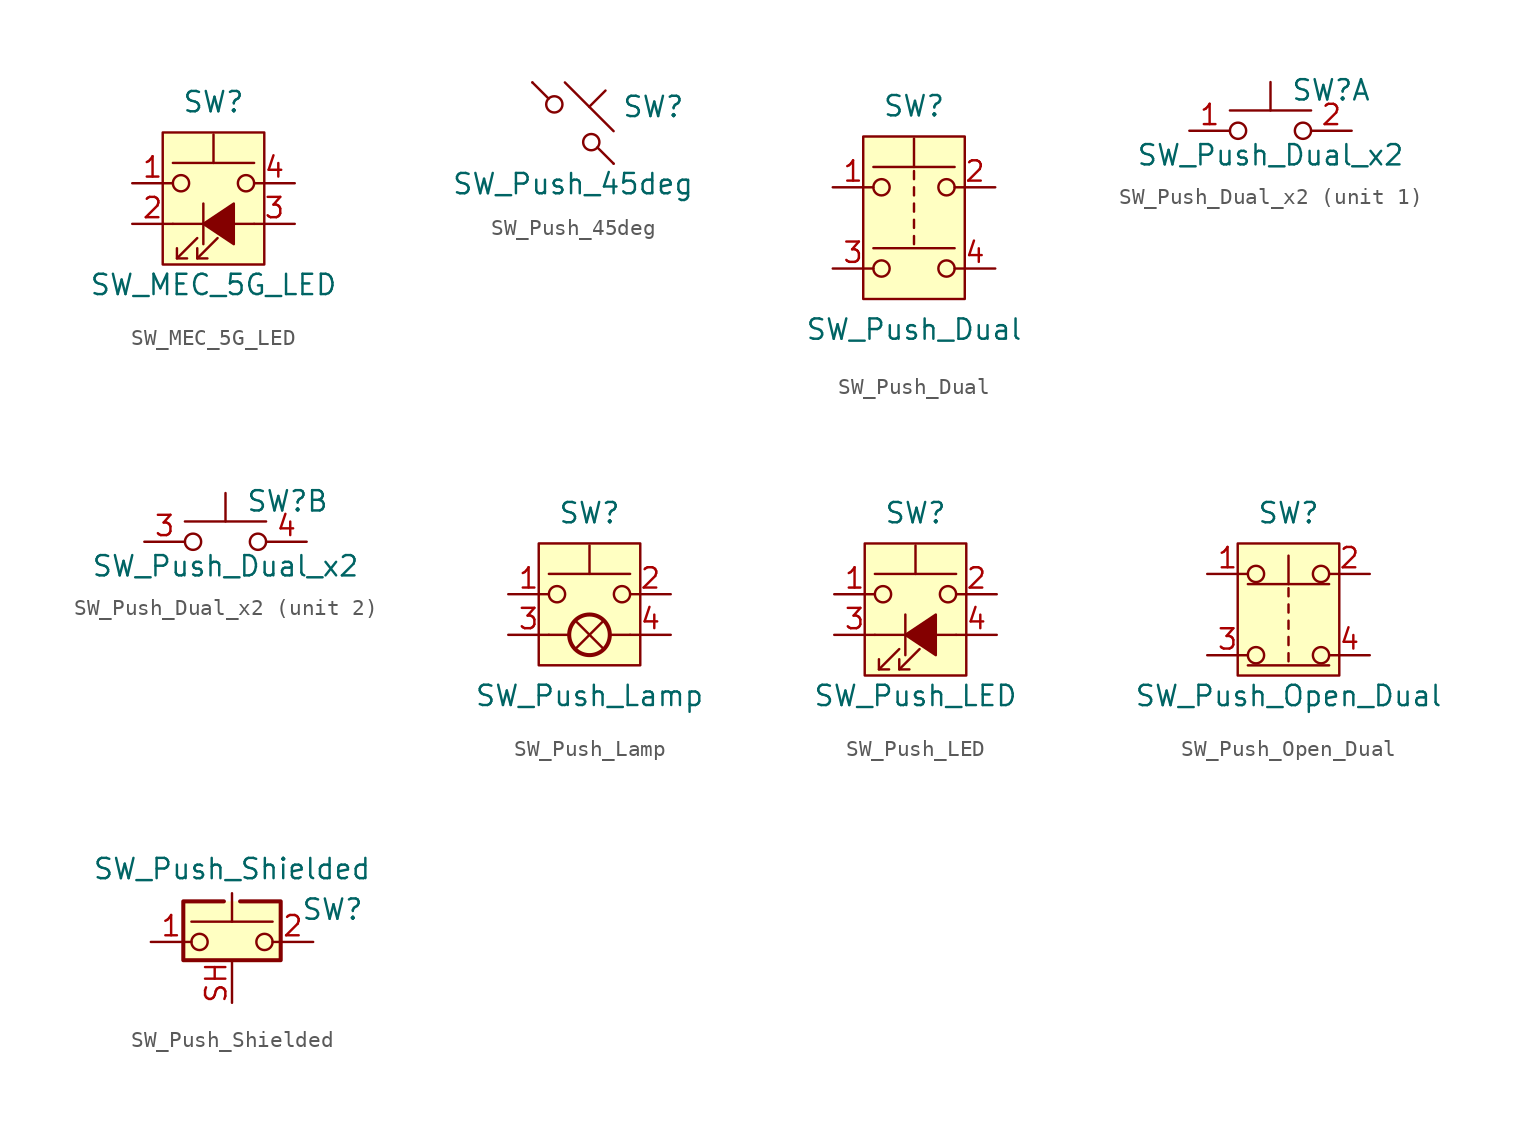
<source format=kicad_sym>
(kicad_symbol_lib
  (version 20241209)
  (generator "kicad_symbol_editor")
  (generator_version "9.0")
  (symbol "SW_MEC_5G_LED"
    (pin_names
      (offset 1.016)
      (hide yes))
    (property "Reference" "SW"
      (at 0 7.62 0)
      (effects (font (size 1.27 1.27))))
    (property "Value" "SW_MEC_5G_LED"
      (at 0 -3.81 0)
      (effects (font (size 1.27 1.27))))
    (symbol "SW_MEC_5G_LED_0_0"
      (polyline (pts (xy -2.54 0) (xy 2.54 0)) (stroke (width 0) (type default)) (fill (type none)))
      (polyline (pts (xy -2.286 -1.524) (xy -2.286 -2.159) (xy -1.651 -2.159)) (stroke (width 0) (type default)) (fill (type none)))
      (polyline (pts (xy -2.286 -2.159) (xy -1.016 -0.889)) (stroke (width 0) (type default)) (fill (type none)))
      (polyline (pts (xy -1.016 -1.524) (xy -1.016 -2.159) (xy -0.381 -2.159)) (stroke (width 0) (type default)) (fill (type none)))
      (polyline (pts (xy -1.016 -2.159) (xy 0.254 -0.889)) (stroke (width 0) (type default)) (fill (type none)))
      (polyline (pts (xy -0.635 1.27) (xy -0.635 -1.27)) (stroke (width 0) (type default)) (fill (type none)))
      (polyline (pts (xy -0.635 0) (xy 1.27 1.27) (xy 1.27 -1.27) (xy -0.635 0)) (stroke (width 0) (type default)) (fill (type outline))))
    (symbol "SW_MEC_5G_LED_0_1"
      (circle (center -2.032 2.54) (radius 0.508) (stroke (width 0) (type default)) (fill (type none)))
      (polyline (pts (xy 0 3.81) (xy 0 5.588)) (stroke (width 0) (type default)) (fill (type none)))
      (circle (center 2.032 2.54) (radius 0.508) (stroke (width 0) (type default)) (fill (type none)))
      (polyline (pts (xy 2.54 3.81) (xy -2.54 3.81)) (stroke (width 0) (type default)) (fill (type none)))
      (pin passive line (at -5.08 2.54 0) (length 2.54) (name "1" (effects (font (size 1.27 1.27)))) (number "1" (effects (font (size 1.27 1.27)))))
      (pin passive line (at -5.08 0 0) (length 2.54) (name "2" (effects (font (size 1.27 1.27)))) (number "2" (effects (font (size 1.27 1.27)))))
      (pin passive line (at 5.08 2.54 180) (length 2.54) (name "A" (effects (font (size 1.27 1.27)))) (number "4" (effects (font (size 1.27 1.27)))))
      (pin passive line (at 5.08 0 180) (length 2.54) (name "K" (effects (font (size 1.27 1.27)))) (number "3" (effects (font (size 1.27 1.27))))))
    (symbol "SW_MEC_5G_LED_1_1"
      (rectangle (start -3.175 5.715) (end 3.175 -2.54) (stroke (width 0) (type default)) (fill (type background)))))
  (symbol "SW_Push_45deg"
    (pin_numbers
      (hide yes))
    (pin_names
      (offset 1.016)
      (hide yes))
    (property "Reference" "SW"
      (at 3.048 1.016 0)
      (effects (font (size 1.27 1.27)) (justify left)))
    (property "Value" "SW_Push_45deg"
      (at 0 -3.81 0)
      (effects (font (size 1.27 1.27))))
    (symbol "SW_Push_45deg_0_1"
      (polyline (pts (xy -2.54 2.54) (xy -1.524 1.524) (xy -1.524 1.524)) (stroke (width 0) (type default)) (fill (type none)))
      (circle (center -1.168 1.168) (radius 0.508) (stroke (width 0) (type default)) (fill (type none)))
      (polyline (pts (xy -0.508 2.54) (xy 2.54 -0.508)) (stroke (width 0) (type default)) (fill (type none)))
      (polyline (pts (xy 1.016 1.016) (xy 2.032 2.032)) (stroke (width 0) (type default)) (fill (type none)))
      (circle (center 1.143 -1.194) (radius 0.508) (stroke (width 0) (type default)) (fill (type none)))
      (polyline (pts (xy 1.524 -1.524) (xy 2.54 -2.54) (xy 2.54 -2.54) (xy 2.54 -2.54)) (stroke (width 0) (type default)) (fill (type none)))
      (pin passive line (at -2.54 2.54 0) (length 0) (name "1" (effects (font (size 1.27 1.27)))) (number "1" (effects (font (size 1.27 1.27)))))
      (pin passive line (at 2.54 -2.54 180) (length 0) (name "2" (effects (font (size 1.27 1.27)))) (number "2" (effects (font (size 1.27 1.27)))))))
  (symbol "SW_Push_Dual"
    (pin_names
      (offset 1.016)
      (hide yes))
    (property "Reference" "SW"
      (at 0 7.62 0)
      (effects (font (size 1.27 1.27))))
    (property "Value" "SW_Push_Dual"
      (at 0 -6.35 0)
      (effects (font (size 1.27 1.27))))
    (symbol "SW_Push_Dual_0_1"
      (circle (center -2.032 2.54) (radius 0.508) (stroke (width 0) (type default)) (fill (type none)))
      (circle (center -2.032 -2.54) (radius 0.508) (stroke (width 0) (type default)) (fill (type none)))
      (polyline (pts (xy 0 3.81) (xy 0 5.588)) (stroke (width 0) (type default)) (fill (type none)))
      (polyline (pts (xy 0 3.048) (xy 0 3.556)) (stroke (width 0) (type default)) (fill (type none)))
      (polyline (pts (xy 0 2.032) (xy 0 2.54)) (stroke (width 0) (type default)) (fill (type none)))
      (polyline (pts (xy 0 1.016) (xy 0 1.524)) (stroke (width 0) (type default)) (fill (type none)))
      (polyline (pts (xy 0 0.508) (xy 0 0)) (stroke (width 0) (type default)) (fill (type none)))
      (polyline (pts (xy 0 -0.508) (xy 0 -1.016)) (stroke (width 0) (type default)) (fill (type none)))
      (circle (center 2.032 2.54) (radius 0.508) (stroke (width 0) (type default)) (fill (type none)))
      (circle (center 2.032 -2.54) (radius 0.508) (stroke (width 0) (type default)) (fill (type none)))
      (polyline (pts (xy 2.54 3.81) (xy -2.54 3.81)) (stroke (width 0) (type default)) (fill (type none)))
      (polyline (pts (xy 2.54 -1.27) (xy -2.54 -1.27)) (stroke (width 0) (type default)) (fill (type none)))
      (pin passive line (at -5.08 2.54 0) (length 2.54) (name "1" (effects (font (size 1.27 1.27)))) (number "1" (effects (font (size 1.27 1.27)))))
      (pin passive line (at -5.08 -2.54 0) (length 2.54) (name "3" (effects (font (size 1.27 1.27)))) (number "3" (effects (font (size 1.27 1.27)))))
      (pin passive line (at 5.08 2.54 180) (length 2.54) (name "2" (effects (font (size 1.27 1.27)))) (number "2" (effects (font (size 1.27 1.27)))))
      (pin passive line (at 5.08 -2.54 180) (length 2.54) (name "4" (effects (font (size 1.27 1.27)))) (number "4" (effects (font (size 1.27 1.27))))))
    (symbol "SW_Push_Dual_1_1"
      (rectangle (start -3.175 5.715) (end 3.175 -4.445) (stroke (width 0) (type default)) (fill (type background)))))
  (symbol "SW_Push_Dual_x2"
    (pin_names
      (offset 1.016)
      (hide yes))
    (property "Reference" "SW"
      (at 1.27 2.54 0)
      (effects (font (size 1.27 1.27)) (justify left)))
    (property "Value" "SW_Push_Dual_x2"
      (at 0 -1.524 0)
      (effects (font (size 1.27 1.27))))
    (symbol "SW_Push_Dual_x2_0_1"
      (circle (center -2.032 0) (radius 0.508) (stroke (width 0) (type default)) (fill (type none)))
      (polyline (pts (xy 0 1.27) (xy 0 3.048)) (stroke (width 0) (type default)) (fill (type none)))
      (circle (center 2.032 0) (radius 0.508) (stroke (width 0) (type default)) (fill (type none)))
      (polyline (pts (xy 2.54 1.27) (xy -2.54 1.27)) (stroke (width 0) (type default)) (fill (type none))))
    (symbol "SW_Push_Dual_x2_1_1"
      (pin passive line (at -5.08 0 0) (length 2.54) (name "C" (effects (font (size 1.27 1.27)))) (number "1" (effects (font (size 1.27 1.27)))))
      (pin passive line (at 5.08 0 180) (length 2.54) (name "D" (effects (font (size 1.27 1.27)))) (number "2" (effects (font (size 1.27 1.27))))))
    (symbol "SW_Push_Dual_x2_2_1"
      (pin passive line (at -5.08 0 0) (length 2.54) (name "C" (effects (font (size 1.27 1.27)))) (number "3" (effects (font (size 1.27 1.27)))))
      (pin passive line (at 5.08 0 180) (length 2.54) (name "D" (effects (font (size 1.27 1.27)))) (number "4" (effects (font (size 1.27 1.27)))))))
  (symbol "SW_Push_Lamp"
    (pin_names
      (offset 1.016)
      (hide yes))
    (property "Reference" "SW"
      (at 0 7.62 0)
      (effects (font (size 1.27 1.27))))
    (property "Value" "SW_Push_Lamp"
      (at 0 -3.81 0)
      (effects (font (size 1.27 1.27))))
    (symbol "SW_Push_Lamp_0_1"
      (polyline (pts (xy -2.54 0) (xy -1.27 0)) (stroke (width 0) (type default)) (fill (type none)))
      (circle (center -2.032 2.54) (radius 0.508) (stroke (width 0) (type default)) (fill (type none)))
      (polyline (pts (xy -0.889 -0.889) (xy 0.889 0.889)) (stroke (width 0) (type default)) (fill (type none)))
      (polyline (pts (xy 0 3.81) (xy 0 5.588)) (stroke (width 0) (type default)) (fill (type none)))
      (circle (center 0 0) (radius 1.27) (stroke (width 0.254) (type default)) (fill (type none)))
      (polyline (pts (xy 0.889 -0.889) (xy -0.889 0.889)) (stroke (width 0) (type default)) (fill (type none)))
      (circle (center 2.032 2.54) (radius 0.508) (stroke (width 0) (type default)) (fill (type none)))
      (polyline (pts (xy 2.54 3.81) (xy -2.54 3.81)) (stroke (width 0) (type default)) (fill (type none)))
      (polyline (pts (xy 2.54 0) (xy 1.27 0)) (stroke (width 0) (type default)) (fill (type none)))
      (pin passive line (at -5.08 2.54 0) (length 2.54) (name "1" (effects (font (size 1.27 1.27)))) (number "1" (effects (font (size 1.27 1.27)))))
      (pin passive line (at -5.08 0 0) (length 2.54) (name "L" (effects (font (size 1.27 1.27)))) (number "3" (effects (font (size 1.27 1.27)))))
      (pin passive line (at 5.08 2.54 180) (length 2.54) (name "2" (effects (font (size 1.27 1.27)))) (number "2" (effects (font (size 1.27 1.27)))))
      (pin passive line (at 5.08 0 180) (length 2.54) (name "L" (effects (font (size 1.27 1.27)))) (number "4" (effects (font (size 1.27 1.27))))))
    (symbol "SW_Push_Lamp_1_1"
      (rectangle (start -3.175 5.715) (end 3.175 -1.905) (stroke (width 0) (type default)) (fill (type background)))))
  (symbol "SW_Push_LED"
    (pin_names
      (offset 1.016)
      (hide yes))
    (property "Reference" "SW"
      (at 0 7.62 0)
      (effects (font (size 1.27 1.27))))
    (property "Value" "SW_Push_LED"
      (at 0 -3.81 0)
      (effects (font (size 1.27 1.27))))
    (symbol "SW_Push_LED_0_0"
      (polyline (pts (xy -2.54 0) (xy 2.54 0)) (stroke (width 0) (type default)) (fill (type none)))
      (polyline (pts (xy -2.286 -1.524) (xy -2.286 -2.159) (xy -1.651 -2.159)) (stroke (width 0) (type default)) (fill (type none)))
      (polyline (pts (xy -2.286 -2.159) (xy -1.016 -0.889)) (stroke (width 0) (type default)) (fill (type none)))
      (polyline (pts (xy -1.016 -1.524) (xy -1.016 -2.159) (xy -0.381 -2.159)) (stroke (width 0) (type default)) (fill (type none)))
      (polyline (pts (xy -1.016 -2.159) (xy 0.254 -0.889)) (stroke (width 0) (type default)) (fill (type none)))
      (polyline (pts (xy -0.635 1.27) (xy -0.635 -1.27)) (stroke (width 0) (type default)) (fill (type none)))
      (polyline (pts (xy -0.635 0) (xy 1.27 1.27) (xy 1.27 -1.27) (xy -0.635 0)) (stroke (width 0) (type default)) (fill (type outline))))
    (symbol "SW_Push_LED_0_1"
      (circle (center -2.032 2.54) (radius 0.508) (stroke (width 0) (type default)) (fill (type none)))
      (polyline (pts (xy 0 3.81) (xy 0 5.588)) (stroke (width 0) (type default)) (fill (type none)))
      (circle (center 2.032 2.54) (radius 0.508) (stroke (width 0) (type default)) (fill (type none)))
      (polyline (pts (xy 2.54 3.81) (xy -2.54 3.81)) (stroke (width 0) (type default)) (fill (type none)))
      (pin passive line (at -5.08 2.54 0) (length 2.54) (name "1" (effects (font (size 1.27 1.27)))) (number "1" (effects (font (size 1.27 1.27)))))
      (pin passive line (at -5.08 0 0) (length 2.54) (name "K" (effects (font (size 1.27 1.27)))) (number "3" (effects (font (size 1.27 1.27)))))
      (pin passive line (at 5.08 2.54 180) (length 2.54) (name "2" (effects (font (size 1.27 1.27)))) (number "2" (effects (font (size 1.27 1.27)))))
      (pin passive line (at 5.08 0 180) (length 2.54) (name "A" (effects (font (size 1.27 1.27)))) (number "4" (effects (font (size 1.27 1.27))))))
    (symbol "SW_Push_LED_1_1"
      (rectangle (start -3.175 5.715) (end 3.175 -2.54) (stroke (width 0) (type default)) (fill (type background)))))
  (symbol "SW_Push_Open_Dual"
    (pin_names
      (offset 1.016)
      (hide yes))
    (property "Reference" "SW"
      (at 0 3.81 0)
      (effects (font (size 1.27 1.27))))
    (property "Value" "SW_Push_Open_Dual"
      (at 0 -7.62 0)
      (effects (font (size 1.27 1.27))))
    (symbol "SW_Push_Open_Dual_0_1"
      (circle (center -2.032 0) (radius 0.508) (stroke (width 0) (type default)) (fill (type none)))
      (circle (center -2.032 -5.08) (radius 0.508) (stroke (width 0) (type default)) (fill (type none)))
      (polyline (pts (xy 0 -0.635) (xy 0 1.143)) (stroke (width 0) (type default)) (fill (type none)))
      (polyline (pts (xy 0 -1.397) (xy 0 -0.889)) (stroke (width 0) (type default)) (fill (type none)))
      (polyline (pts (xy 0 -2.413) (xy 0 -1.905)) (stroke (width 0) (type default)) (fill (type none)))
      (polyline (pts (xy 0 -3.429) (xy 0 -2.921)) (stroke (width 0) (type default)) (fill (type none)))
      (polyline (pts (xy 0 -3.937) (xy 0 -4.445)) (stroke (width 0) (type default)) (fill (type none)))
      (polyline (pts (xy 0 -4.953) (xy 0 -5.461)) (stroke (width 0) (type default)) (fill (type none)))
      (circle (center 2.032 0) (radius 0.508) (stroke (width 0) (type default)) (fill (type none)))
      (circle (center 2.032 -5.08) (radius 0.508) (stroke (width 0) (type default)) (fill (type none)))
      (polyline (pts (xy 2.54 -0.635) (xy -2.54 -0.635)) (stroke (width 0) (type default)) (fill (type none)))
      (polyline (pts (xy 2.54 -5.715) (xy -2.54 -5.715)) (stroke (width 0) (type default)) (fill (type none)))
      (pin passive line (at -5.08 0 0) (length 2.54) (name "1" (effects (font (size 1.27 1.27)))) (number "1" (effects (font (size 1.27 1.27)))))
      (pin passive line (at -5.08 -5.08 0) (length 2.54) (name "3" (effects (font (size 1.27 1.27)))) (number "3" (effects (font (size 1.27 1.27)))))
      (pin passive line (at 5.08 0 180) (length 2.54) (name "2" (effects (font (size 1.27 1.27)))) (number "2" (effects (font (size 1.27 1.27)))))
      (pin passive line (at 5.08 -5.08 180) (length 2.54) (name "4" (effects (font (size 1.27 1.27)))) (number "4" (effects (font (size 1.27 1.27))))))
    (symbol "SW_Push_Open_Dual_1_1"
      (rectangle (start -3.175 1.905) (end 3.175 -6.35) (stroke (width 0) (type default)) (fill (type background)))))
  (symbol "SW_Push_Shielded"
    (pin_names
      (offset 1.016)
      (hide yes))
    (property "Reference" "SW"
      (at 4.318 2.032 0)
      (effects (font (size 1.27 1.27)) (justify left)))
    (property "Value" "SW_Push_Shielded"
      (at 0 4.572 0)
      (effects (font (size 1.27 1.27))))
    (symbol "SW_Push_Shielded_0_1"
      (circle (center -2.032 0) (radius 0.508) (stroke (width 0) (type default)) (fill (type none)))
      (polyline (pts (xy 0 1.27) (xy 0 3.048)) (stroke (width 0) (type default)) (fill (type none)))
      (polyline (pts (xy 0.508 2.54) (xy 3.048 2.54) (xy 3.048 -1.143) (xy -3.048 -1.143) (xy -3.048 2.54) (xy -0.508 2.54)) (stroke (width -0.025) (type default)) (fill (type none)))
      (polyline (pts (xy 0.508 2.54) (xy 3.048 2.54) (xy 3.048 -1.143) (xy -3.048 -1.143) (xy -3.048 2.54) (xy -0.508 2.54)) (stroke (width 0.254) (type default)) (fill (type none)))
      (circle (center 2.032 0) (radius 0.508) (stroke (width 0) (type default)) (fill (type none)))
      (polyline (pts (xy 2.54 1.27) (xy -2.54 1.27)) (stroke (width 0) (type default)) (fill (type none)))
      (pin passive line (at -5.08 0 0) (length 2.54) (name "1" (effects (font (size 1.27 1.27)))) (number "1" (effects (font (size 1.27 1.27)))))
      (pin passive line (at 5.08 0 180) (length 2.54) (name "2" (effects (font (size 1.27 1.27)))) (number "2" (effects (font (size 1.27 1.27))))))
    (symbol "SW_Push_Shielded_1_1"
      (rectangle (start -3.048 2.54) (end 3.048 -1.27) (stroke (width -0.025) (type default)) (fill (type background)))
      (pin passive line (at 0 -3.81 90) (length 2.54) (name "B" (effects (font (size 1.27 1.27)))) (number "SH" (effects (font (size 1.27 1.27))))))))
</source>
